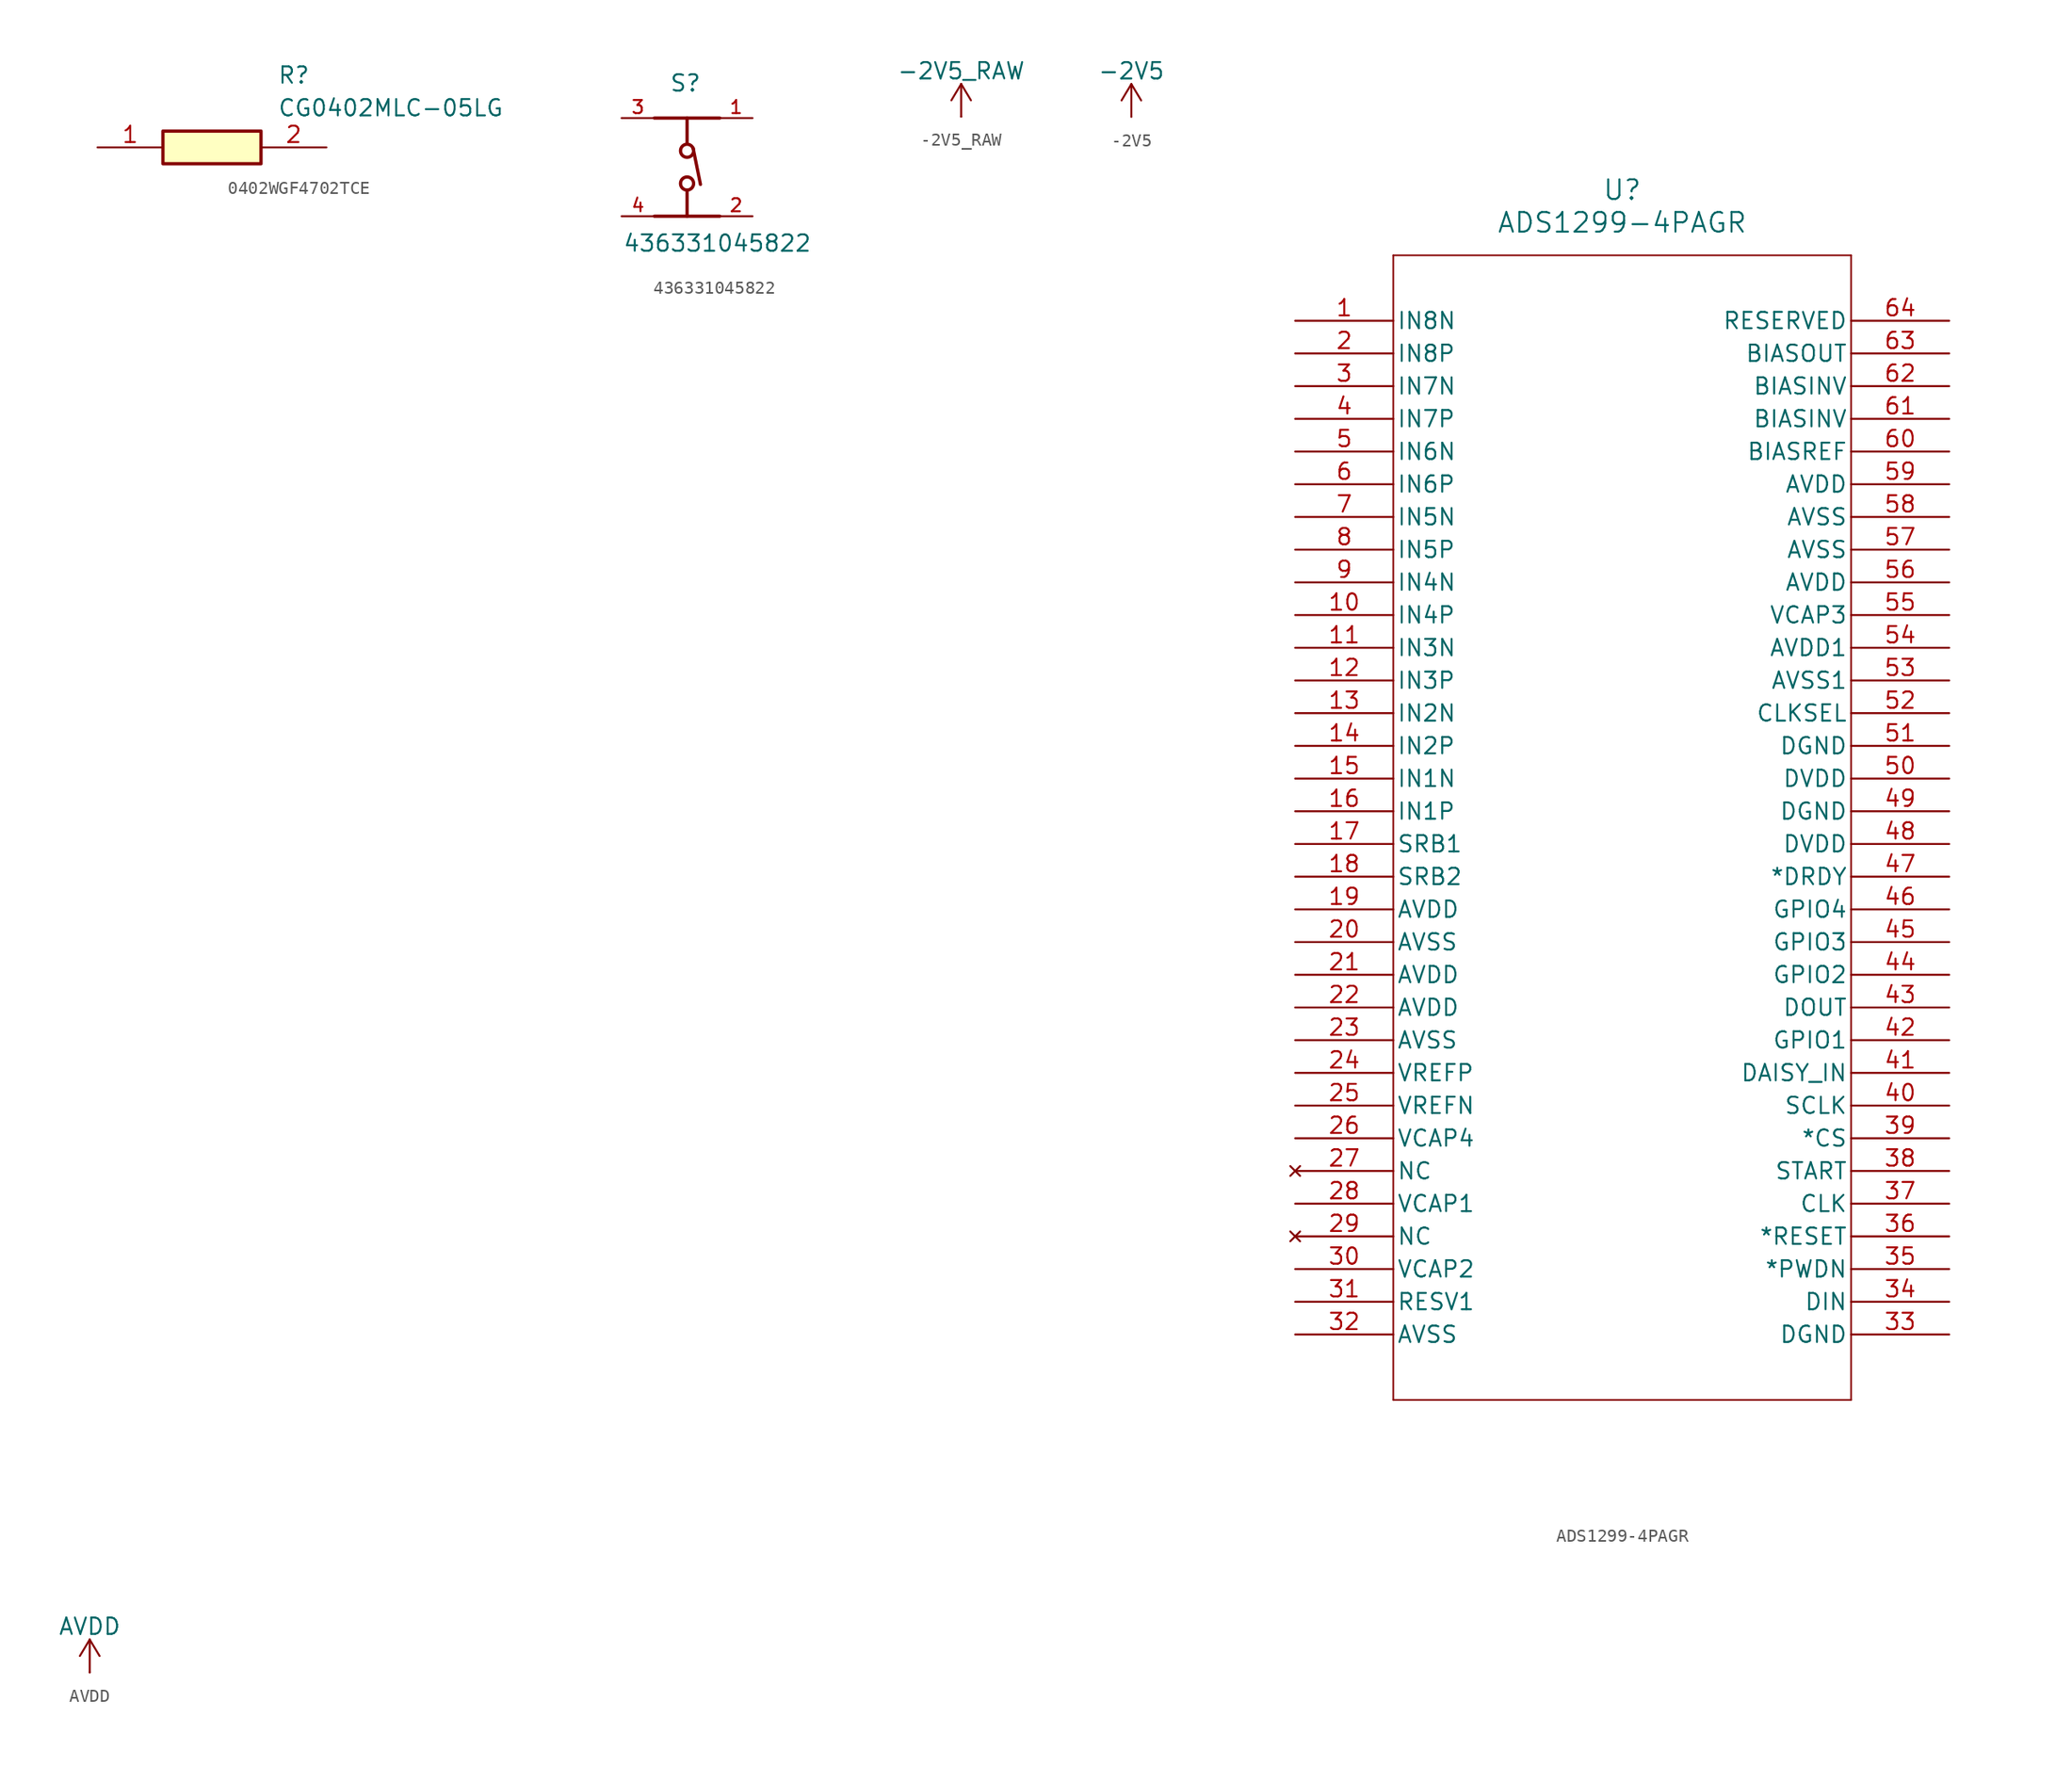
<source format=kicad_sym>
(kicad_symbol_lib
  (version 20241209)
  (generator "kicad_symbol_editor")
  (generator_version "9.0")
  (symbol "0402WGF4702TCE"
    (pin_names
      (hide yes))
    (property "Reference" "R"
      (at 13.97 6.35 0)
      (effects (font (size 1.27 1.27)) (justify left top)))
    (property "Value" "CG0402MLC-05LG"
      (at 13.97 3.81 0)
      (effects (font (size 1.27 1.27)) (justify left top)))
    (symbol "0402WGF4702TCE_1_1"
      (rectangle (start 5.08 1.27) (end 12.7 -1.27) (stroke (width 0.254) (type default)) (fill (type background)))
      (pin passive line (at 0 0 0) (length 5.08) (name "1" (effects (font (size 1.27 1.27)))) (number "1" (effects (font (size 1.27 1.27)))))
      (pin passive line (at 17.78 0 180) (length 5.08) (name "2" (effects (font (size 1.27 1.27)))) (number "2" (effects (font (size 1.27 1.27)))))))
  (symbol "436331045822"
    (pin_names
      (offset 1.016))
    (property "Reference" "S"
      (at -0.13 7.05 0)
      (effects (font (size 1.27 1.27)) (justify bottom)))
    (property "Value" "436331045822"
      (at -5.01 -5.38 0)
      (effects (font (size 1.27 1.27)) (justify left bottom)))
    (symbol "436331045822_0_0"
      (polyline (pts (xy 0 3.175) (xy 0 5.08)) (stroke (width 0.254) (type default)) (fill (type none)))
      (circle (center 0 2.54) (radius 0.508) (stroke (width 0.254) (type default)) (fill (type none)))
      (circle (center 0 0) (radius 0.508) (stroke (width 0.254) (type default)) (fill (type none)))
      (polyline (pts (xy 0 -2.54) (xy 0 -0.635)) (stroke (width 0.254) (type default)) (fill (type none)))
      (polyline (pts (xy 0.47 2.74) (xy 1.04 -0.07)) (stroke (width 0.254) (type default)) (fill (type none)))
      (polyline (pts (xy 2.54 5.08) (xy -2.54 5.08)) (stroke (width 0.254) (type default)) (fill (type none)))
      (polyline (pts (xy 2.54 -2.54) (xy -2.54 -2.54)) (stroke (width 0.254) (type default)) (fill (type none)))
      (pin passive line (at -5.08 5.08 0) (length 2.54) (name "~" (effects (font (size 1.016 1.016)))) (number "3" (effects (font (size 1.016 1.016)))))
      (pin passive line (at -5.08 -2.54 0) (length 2.54) (name "~" (effects (font (size 1.016 1.016)))) (number "4" (effects (font (size 1.016 1.016)))))
      (pin passive line (at 5.08 5.08 180) (length 2.54) (name "~" (effects (font (size 1.016 1.016)))) (number "1" (effects (font (size 1.016 1.016)))))
      (pin passive line (at 5.08 -2.54 180) (length 2.54) (name "~" (effects (font (size 1.016 1.016)))) (number "2" (effects (font (size 1.016 1.016)))))))
  (symbol "-2V5_RAW"
    (power)
    (pin_numbers
      (hide yes))
    (pin_names
      (offset 0)
      (hide yes))
    (property "Reference" "#PWR"
      (at 0 -3.81 0)
      (effects (font (size 1.27 1.27)) (hide yes)))
    (property "Value" "-2V5_RAW"
      (at 0 3.556 0)
      (effects (font (size 1.27 1.27))))
    (symbol "-2V5_RAW_0_1"
      (polyline (pts (xy -0.762 1.27) (xy 0 2.54)) (stroke (width 0) (type default)) (fill (type none)))
      (polyline (pts (xy 0 2.54) (xy 0.762 1.27)) (stroke (width 0) (type default)) (fill (type none)))
      (polyline (pts (xy 0 0) (xy 0 2.54)) (stroke (width 0) (type default)) (fill (type none))))
    (symbol "-2V5_RAW_1_1"
      (pin power_in line (at 0 0 90) (length 0) (name "~" (effects (font (size 1.27 1.27)))) (number "1" (effects (font (size 1.27 1.27)))))))
  (symbol "-2V5"
    (power)
    (pin_numbers
      (hide yes))
    (pin_names
      (offset 0)
      (hide yes))
    (property "Reference" "#PWR"
      (at 0 -3.81 0)
      (effects (font (size 1.27 1.27)) (hide yes)))
    (property "Value" "-2V5"
      (at 0 3.556 0)
      (effects (font (size 1.27 1.27))))
    (symbol "-2V5_0_1"
      (polyline (pts (xy -0.762 1.27) (xy 0 2.54)) (stroke (width 0) (type default)) (fill (type none)))
      (polyline (pts (xy 0 2.54) (xy 0.762 1.27)) (stroke (width 0) (type default)) (fill (type none)))
      (polyline (pts (xy 0 0) (xy 0 2.54)) (stroke (width 0) (type default)) (fill (type none))))
    (symbol "-2V5_1_1"
      (pin power_in line (at 0 0 90) (length 0) (name "~" (effects (font (size 1.27 1.27)))) (number "1" (effects (font (size 1.27 1.27)))))))
  (symbol "ADS1299-4PAGR"
    (pin_names
      (offset 0.254))
    (property "Reference" "U"
      (at 25.4 10.16 0)
      (effects (font (size 1.524 1.524))))
    (property "Value" "ADS1299-4PAGR"
      (at 25.4 7.62 0)
      (effects (font (size 1.524 1.524))))
    (symbol "ADS1299-4PAGR_0_1"
      (polyline (pts (xy 7.62 5.08) (xy 7.62 -83.82)) (stroke (width 0.127) (type default)) (fill (type none)))
      (polyline (pts (xy 7.62 -83.82) (xy 43.18 -83.82)) (stroke (width 0.127) (type default)) (fill (type none)))
      (polyline (pts (xy 43.18 5.08) (xy 7.62 5.08)) (stroke (width 0.127) (type default)) (fill (type none)))
      (polyline (pts (xy 43.18 -83.82) (xy 43.18 5.08)) (stroke (width 0.127) (type default)) (fill (type none)))
      (pin input line (at 0 0 0) (length 7.62) (name "IN8N" (effects (font (size 1.27 1.27)))) (number "1" (effects (font (size 1.27 1.27)))))
      (pin input line (at 0 -2.54 0) (length 7.62) (name "IN8P" (effects (font (size 1.27 1.27)))) (number "2" (effects (font (size 1.27 1.27)))))
      (pin input line (at 0 -5.08 0) (length 7.62) (name "IN7N" (effects (font (size 1.27 1.27)))) (number "3" (effects (font (size 1.27 1.27)))))
      (pin input line (at 0 -7.62 0) (length 7.62) (name "IN7P" (effects (font (size 1.27 1.27)))) (number "4" (effects (font (size 1.27 1.27)))))
      (pin input line (at 0 -10.16 0) (length 7.62) (name "IN6N" (effects (font (size 1.27 1.27)))) (number "5" (effects (font (size 1.27 1.27)))))
      (pin input line (at 0 -12.7 0) (length 7.62) (name "IN6P" (effects (font (size 1.27 1.27)))) (number "6" (effects (font (size 1.27 1.27)))))
      (pin input line (at 0 -15.24 0) (length 7.62) (name "IN5N" (effects (font (size 1.27 1.27)))) (number "7" (effects (font (size 1.27 1.27)))))
      (pin input line (at 0 -17.78 0) (length 7.62) (name "IN5P" (effects (font (size 1.27 1.27)))) (number "8" (effects (font (size 1.27 1.27)))))
      (pin input line (at 0 -20.32 0) (length 7.62) (name "IN4N" (effects (font (size 1.27 1.27)))) (number "9" (effects (font (size 1.27 1.27)))))
      (pin input line (at 0 -22.86 0) (length 7.62) (name "IN4P" (effects (font (size 1.27 1.27)))) (number "10" (effects (font (size 1.27 1.27)))))
      (pin input line (at 0 -25.4 0) (length 7.62) (name "IN3N" (effects (font (size 1.27 1.27)))) (number "11" (effects (font (size 1.27 1.27)))))
      (pin input line (at 0 -27.94 0) (length 7.62) (name "IN3P" (effects (font (size 1.27 1.27)))) (number "12" (effects (font (size 1.27 1.27)))))
      (pin input line (at 0 -30.48 0) (length 7.62) (name "IN2N" (effects (font (size 1.27 1.27)))) (number "13" (effects (font (size 1.27 1.27)))))
      (pin input line (at 0 -33.02 0) (length 7.62) (name "IN2P" (effects (font (size 1.27 1.27)))) (number "14" (effects (font (size 1.27 1.27)))))
      (pin input line (at 0 -35.56 0) (length 7.62) (name "IN1N" (effects (font (size 1.27 1.27)))) (number "15" (effects (font (size 1.27 1.27)))))
      (pin input line (at 0 -38.1 0) (length 7.62) (name "IN1P" (effects (font (size 1.27 1.27)))) (number "16" (effects (font (size 1.27 1.27)))))
      (pin bidirectional line (at 0 -40.64 0) (length 7.62) (name "SRB1" (effects (font (size 1.27 1.27)))) (number "17" (effects (font (size 1.27 1.27)))))
      (pin bidirectional line (at 0 -43.18 0) (length 7.62) (name "SRB2" (effects (font (size 1.27 1.27)))) (number "18" (effects (font (size 1.27 1.27)))))
      (pin power_in line (at 0 -45.72 0) (length 7.62) (name "AVDD" (effects (font (size 1.27 1.27)))) (number "19" (effects (font (size 1.27 1.27)))))
      (pin power_in line (at 0 -48.26 0) (length 7.62) (name "AVSS" (effects (font (size 1.27 1.27)))) (number "20" (effects (font (size 1.27 1.27)))))
      (pin power_in line (at 0 -50.8 0) (length 7.62) (name "AVDD" (effects (font (size 1.27 1.27)))) (number "21" (effects (font (size 1.27 1.27)))))
      (pin power_in line (at 0 -53.34 0) (length 7.62) (name "AVDD" (effects (font (size 1.27 1.27)))) (number "22" (effects (font (size 1.27 1.27)))))
      (pin power_in line (at 0 -55.88 0) (length 7.62) (name "AVSS" (effects (font (size 1.27 1.27)))) (number "23" (effects (font (size 1.27 1.27)))))
      (pin bidirectional line (at 0 -58.42 0) (length 7.62) (name "VREFP" (effects (font (size 1.27 1.27)))) (number "24" (effects (font (size 1.27 1.27)))))
      (pin input line (at 0 -60.96 0) (length 7.62) (name "VREFN" (effects (font (size 1.27 1.27)))) (number "25" (effects (font (size 1.27 1.27)))))
      (pin output line (at 0 -63.5 0) (length 7.62) (name "VCAP4" (effects (font (size 1.27 1.27)))) (number "26" (effects (font (size 1.27 1.27)))))
      (pin no_connect line (at 0 -66.04 0) (length 7.62) (name "NC" (effects (font (size 1.27 1.27)))) (number "27" (effects (font (size 1.27 1.27)))))
      (pin output line (at 0 -68.58 0) (length 7.62) (name "VCAP1" (effects (font (size 1.27 1.27)))) (number "28" (effects (font (size 1.27 1.27)))))
      (pin no_connect line (at 0 -71.12 0) (length 7.62) (name "NC" (effects (font (size 1.27 1.27)))) (number "29" (effects (font (size 1.27 1.27)))))
      (pin output line (at 0 -73.66 0) (length 7.62) (name "VCAP2" (effects (font (size 1.27 1.27)))) (number "30" (effects (font (size 1.27 1.27)))))
      (pin input line (at 0 -76.2 0) (length 7.62) (name "RESV1" (effects (font (size 1.27 1.27)))) (number "31" (effects (font (size 1.27 1.27)))))
      (pin power_in line (at 0 -78.74 0) (length 7.62) (name "AVSS" (effects (font (size 1.27 1.27)))) (number "32" (effects (font (size 1.27 1.27)))))
      (pin output line (at 50.8 0 180) (length 7.62) (name "RESERVED" (effects (font (size 1.27 1.27)))) (number "64" (effects (font (size 1.27 1.27)))))
      (pin output line (at 50.8 -2.54 180) (length 7.62) (name "BIASOUT" (effects (font (size 1.27 1.27)))) (number "63" (effects (font (size 1.27 1.27)))))
      (pin input line (at 50.8 -5.08 180) (length 7.62) (name "BIASINV" (effects (font (size 1.27 1.27)))) (number "62" (effects (font (size 1.27 1.27)))))
      (pin bidirectional line (at 50.8 -7.62 180) (length 7.62) (name "BIASINV" (effects (font (size 1.27 1.27)))) (number "61" (effects (font (size 1.27 1.27)))))
      (pin input line (at 50.8 -10.16 180) (length 7.62) (name "BIASREF" (effects (font (size 1.27 1.27)))) (number "60" (effects (font (size 1.27 1.27)))))
      (pin power_in line (at 50.8 -12.7 180) (length 7.62) (name "AVDD" (effects (font (size 1.27 1.27)))) (number "59" (effects (font (size 1.27 1.27)))))
      (pin power_in line (at 50.8 -15.24 180) (length 7.62) (name "AVSS" (effects (font (size 1.27 1.27)))) (number "58" (effects (font (size 1.27 1.27)))))
      (pin power_in line (at 50.8 -17.78 180) (length 7.62) (name "AVSS" (effects (font (size 1.27 1.27)))) (number "57" (effects (font (size 1.27 1.27)))))
      (pin power_in line (at 50.8 -20.32 180) (length 7.62) (name "AVDD" (effects (font (size 1.27 1.27)))) (number "56" (effects (font (size 1.27 1.27)))))
      (pin output line (at 50.8 -22.86 180) (length 7.62) (name "VCAP3" (effects (font (size 1.27 1.27)))) (number "55" (effects (font (size 1.27 1.27)))))
      (pin power_in line (at 50.8 -25.4 180) (length 7.62) (name "AVDD1" (effects (font (size 1.27 1.27)))) (number "54" (effects (font (size 1.27 1.27)))))
      (pin power_in line (at 50.8 -27.94 180) (length 7.62) (name "AVSS1" (effects (font (size 1.27 1.27)))) (number "53" (effects (font (size 1.27 1.27)))))
      (pin input line (at 50.8 -30.48 180) (length 7.62) (name "CLKSEL" (effects (font (size 1.27 1.27)))) (number "52" (effects (font (size 1.27 1.27)))))
      (pin power_in line (at 50.8 -33.02 180) (length 7.62) (name "DGND" (effects (font (size 1.27 1.27)))) (number "51" (effects (font (size 1.27 1.27)))))
      (pin power_in line (at 50.8 -35.56 180) (length 7.62) (name "DVDD" (effects (font (size 1.27 1.27)))) (number "50" (effects (font (size 1.27 1.27)))))
      (pin power_in line (at 50.8 -38.1 180) (length 7.62) (name "DGND" (effects (font (size 1.27 1.27)))) (number "49" (effects (font (size 1.27 1.27)))))
      (pin power_in line (at 50.8 -40.64 180) (length 7.62) (name "DVDD" (effects (font (size 1.27 1.27)))) (number "48" (effects (font (size 1.27 1.27)))))
      (pin output line (at 50.8 -43.18 180) (length 7.62) (name "*DRDY" (effects (font (size 1.27 1.27)))) (number "47" (effects (font (size 1.27 1.27)))))
      (pin bidirectional line (at 50.8 -45.72 180) (length 7.62) (name "GPIO4" (effects (font (size 1.27 1.27)))) (number "46" (effects (font (size 1.27 1.27)))))
      (pin bidirectional line (at 50.8 -48.26 180) (length 7.62) (name "GPIO3" (effects (font (size 1.27 1.27)))) (number "45" (effects (font (size 1.27 1.27)))))
      (pin bidirectional line (at 50.8 -50.8 180) (length 7.62) (name "GPIO2" (effects (font (size 1.27 1.27)))) (number "44" (effects (font (size 1.27 1.27)))))
      (pin output line (at 50.8 -53.34 180) (length 7.62) (name "DOUT" (effects (font (size 1.27 1.27)))) (number "43" (effects (font (size 1.27 1.27)))))
      (pin bidirectional line (at 50.8 -55.88 180) (length 7.62) (name "GPIO1" (effects (font (size 1.27 1.27)))) (number "42" (effects (font (size 1.27 1.27)))))
      (pin input line (at 50.8 -58.42 180) (length 7.62) (name "DAISY_IN" (effects (font (size 1.27 1.27)))) (number "41" (effects (font (size 1.27 1.27)))))
      (pin input line (at 50.8 -60.96 180) (length 7.62) (name "SCLK" (effects (font (size 1.27 1.27)))) (number "40" (effects (font (size 1.27 1.27)))))
      (pin input line (at 50.8 -63.5 180) (length 7.62) (name "*CS" (effects (font (size 1.27 1.27)))) (number "39" (effects (font (size 1.27 1.27)))))
      (pin input line (at 50.8 -66.04 180) (length 7.62) (name "START" (effects (font (size 1.27 1.27)))) (number "38" (effects (font (size 1.27 1.27)))))
      (pin input line (at 50.8 -68.58 180) (length 7.62) (name "CLK" (effects (font (size 1.27 1.27)))) (number "37" (effects (font (size 1.27 1.27)))))
      (pin input line (at 50.8 -71.12 180) (length 7.62) (name "*RESET" (effects (font (size 1.27 1.27)))) (number "36" (effects (font (size 1.27 1.27)))))
      (pin input line (at 50.8 -73.66 180) (length 7.62) (name "*PWDN" (effects (font (size 1.27 1.27)))) (number "35" (effects (font (size 1.27 1.27)))))
      (pin input line (at 50.8 -76.2 180) (length 7.62) (name "DIN" (effects (font (size 1.27 1.27)))) (number "34" (effects (font (size 1.27 1.27)))))
      (pin power_in line (at 50.8 -78.74 180) (length 7.62) (name "DGND" (effects (font (size 1.27 1.27)))) (number "33" (effects (font (size 1.27 1.27)))))))
  (symbol "AVDD"
    (power)
    (pin_numbers
      (hide yes))
    (pin_names
      (offset 0)
      (hide yes))
    (property "Reference" "#PWR"
      (at 0 -3.81 0)
      (effects (font (size 1.27 1.27)) (hide yes)))
    (property "Value" "AVDD"
      (at 0 3.556 0)
      (effects (font (size 1.27 1.27))))
    (symbol "AVDD_0_1"
      (polyline (pts (xy -0.762 1.27) (xy 0 2.54)) (stroke (width 0) (type default)) (fill (type none)))
      (polyline (pts (xy 0 2.54) (xy 0.762 1.27)) (stroke (width 0) (type default)) (fill (type none)))
      (polyline (pts (xy 0 0) (xy 0 2.54)) (stroke (width 0) (type default)) (fill (type none))))
    (symbol "AVDD_1_1"
      (pin power_in line (at 0 0 90) (length 0) (name "~" (effects (font (size 1.27 1.27)))) (number "1" (effects (font (size 1.27 1.27))))))))
</source>
